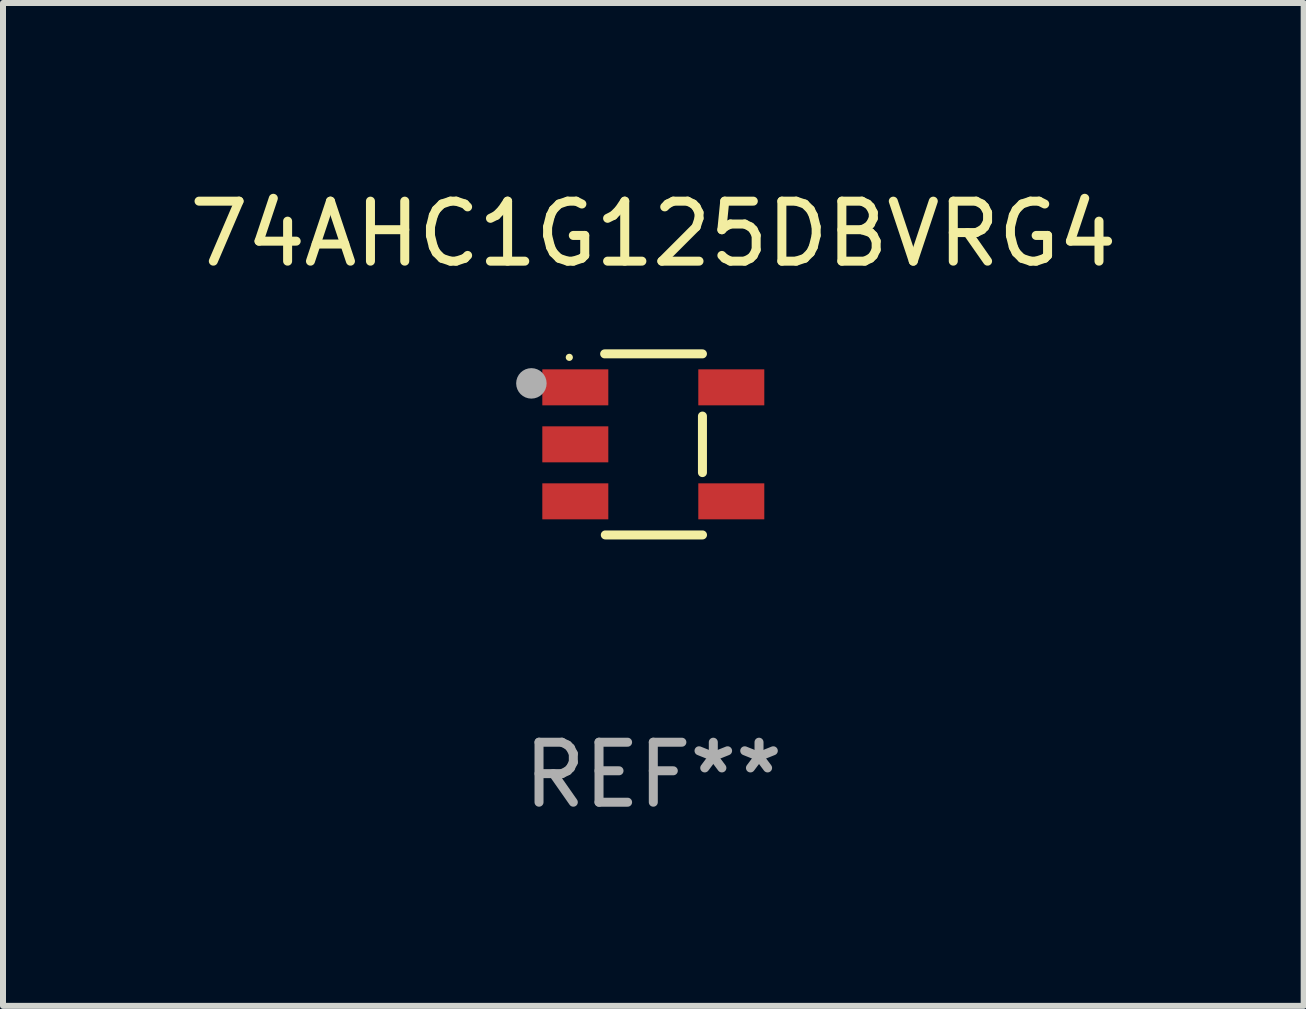
<source format=kicad_pcb>
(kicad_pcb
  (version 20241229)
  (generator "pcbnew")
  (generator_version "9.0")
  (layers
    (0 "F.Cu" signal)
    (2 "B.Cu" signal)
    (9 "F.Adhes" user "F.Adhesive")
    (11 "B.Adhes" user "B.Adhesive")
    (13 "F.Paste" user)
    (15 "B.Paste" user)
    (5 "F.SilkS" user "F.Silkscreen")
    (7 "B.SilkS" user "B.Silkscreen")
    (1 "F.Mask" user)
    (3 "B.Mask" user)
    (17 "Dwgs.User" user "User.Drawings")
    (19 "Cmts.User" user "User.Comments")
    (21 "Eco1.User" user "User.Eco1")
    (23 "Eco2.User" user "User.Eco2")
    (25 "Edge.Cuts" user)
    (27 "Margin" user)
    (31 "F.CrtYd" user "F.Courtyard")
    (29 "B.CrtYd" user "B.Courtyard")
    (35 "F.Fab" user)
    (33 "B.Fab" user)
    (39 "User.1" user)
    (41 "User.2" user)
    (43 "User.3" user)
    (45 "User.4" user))
  (footprint "74AHC1G125DBVRG4"
    (layer "F.Cu")
    (at 7.839 4.357)
    (property "Reference" "74AHC1G125DBVRG4" (at 0 -3.509 0) (layer "F.SilkS") (effects (font (size 1 1) (thickness 0.15))))
    (attr through_hole)
    (fp_line (start -0.811 -1.509) (end 0.819 -1.509) (stroke (width 0.15) (type solid)) (layer "F.SilkS"))
    (fp_line (start -0.8 1.509) (end 0.82 1.509) (stroke (width 0.15) (type solid)) (layer "F.SilkS"))
    (fp_line (start 0.819 -0.472) (end 0.819 0.47) (stroke (width 0.15) (type solid)) (layer "F.SilkS"))
    (fp_circle (center -1.4 -1.451) (end -1.37 -1.451) (stroke (width 0.06) (type solid)) (fill no) (layer "F.SilkS"))
    (fp_circle (center -2.032 -1.017) (end -1.905 -1.017) (stroke (width 0.254) (type solid)) (fill no) (layer "F.Fab"))
    (fp_text user "REF**" (at 0 5.509 0) (layer "F.Fab") (effects (font (size 1 1) (thickness 0.15))))
    (pad "1" smd rect (at -1.3 -0.951) (size 1.1 0.6) (layers "F.Cu" "F.Mask" "F.Paste"))
    (pad "2" smd rect (at -1.3 -0.001) (size 1.1 0.6) (layers "F.Cu" "F.Mask" "F.Paste"))
    (pad "3" smd rect (at -1.3 0.949) (size 1.1 0.6) (layers "F.Cu" "F.Mask" "F.Paste"))
    (pad "4" smd rect (at 1.3 0.949) (size 1.1 0.6) (layers "F.Cu" "F.Mask" "F.Paste"))
    (pad "5" smd rect (at 1.3 -0.951) (size 1.1 0.6) (layers "F.Cu" "F.Mask" "F.Paste")))
  (gr_rect
    (start -3 -3)
    (end 18.679 13.715)
    (stroke (width 0.1) (type default))
    (fill no)
    (layer "Edge.Cuts")))
</source>
